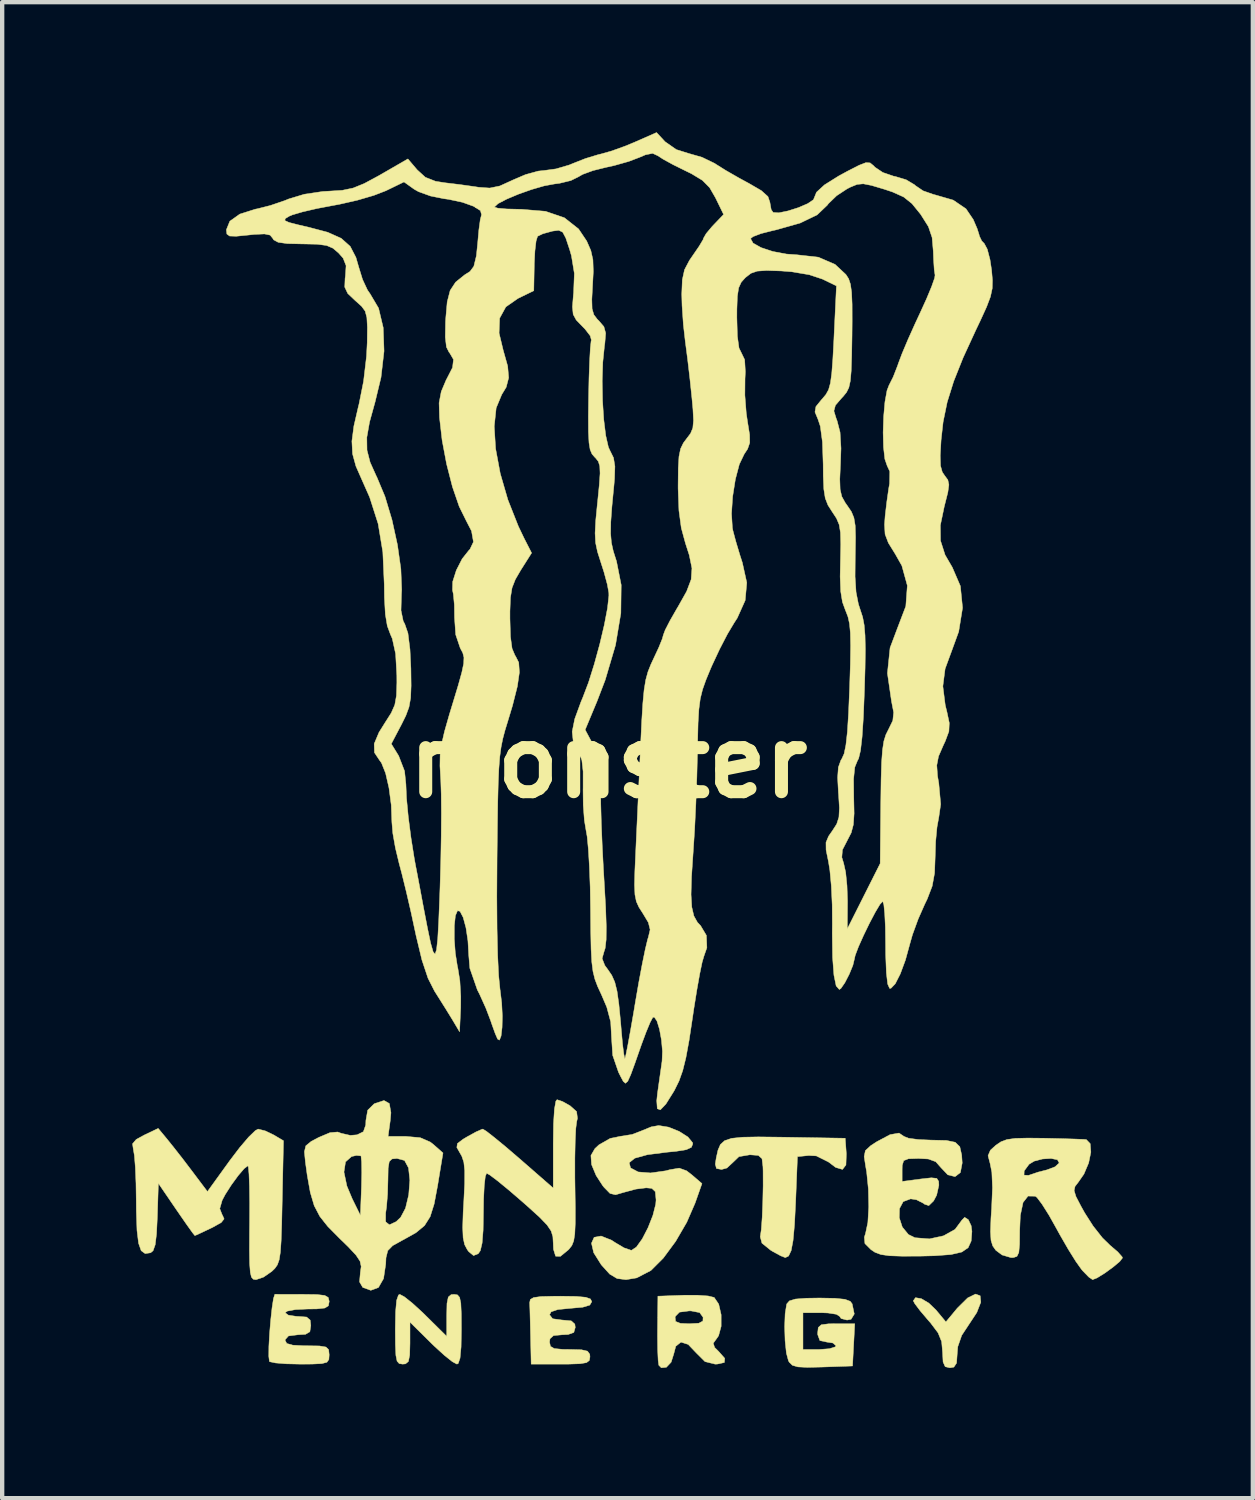
<source format=kicad_pcb>
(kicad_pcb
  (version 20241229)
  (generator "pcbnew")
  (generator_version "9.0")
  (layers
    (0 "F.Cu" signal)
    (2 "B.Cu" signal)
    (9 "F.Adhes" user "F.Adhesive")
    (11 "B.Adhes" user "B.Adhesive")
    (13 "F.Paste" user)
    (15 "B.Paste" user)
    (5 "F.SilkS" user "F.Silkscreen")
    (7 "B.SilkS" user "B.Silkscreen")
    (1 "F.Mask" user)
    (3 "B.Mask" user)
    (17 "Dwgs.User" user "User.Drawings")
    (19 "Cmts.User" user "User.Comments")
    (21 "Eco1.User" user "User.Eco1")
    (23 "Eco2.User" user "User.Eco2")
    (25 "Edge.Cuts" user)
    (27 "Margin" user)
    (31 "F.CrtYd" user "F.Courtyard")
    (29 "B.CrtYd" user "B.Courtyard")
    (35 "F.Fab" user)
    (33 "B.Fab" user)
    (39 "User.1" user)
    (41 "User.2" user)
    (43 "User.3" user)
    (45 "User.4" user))
  (footprint "monster"
    (layer "F.Cu")
    (at 10.973 14.511)
    (property "Reference" "monster" (at 0 0 0) (layer "F.SilkS") (effects (font (size 1.524 1.524) (thickness 0.3))))
    (attr through_hole)
    (fp_poly (pts (xy 8.572 12.309) (xy 8.587 12.457) (xy 8.494 12.696) (xy 8.347 12.919) (xy 8.147 13.222) (xy 8.056 13.484) (xy 8.043 13.644) (xy 8.028 13.86) (xy 7.966 13.954) (xy 7.874 13.97) (xy 7.766 13.944) (xy 7.717 13.836) (xy 7.705 13.607) (xy 7.684 13.367) (xy 7.602 13.165) (xy 7.428 12.934) (xy 7.368 12.866) (xy 7.189 12.655) (xy 7.066 12.492) (xy 7.03 12.425) (xy 7.081 12.353) (xy 7.215 12.376) (xy 7.388 12.478) (xy 7.553 12.636) (xy 7.782 12.912) (xy 8.046 12.594) (xy 8.284 12.359) (xy 8.465 12.27) (xy 8.572 12.309)) (stroke (width 0.01) (type solid)) (fill yes) (layer "F.SilkS"))
    (fp_poly (pts (xy -3.477 12.289) (xy -3.428 12.346) (xy -3.4 12.48) (xy -3.389 12.722) (xy -3.387 13.081) (xy -3.394 13.49) (xy -3.418 13.748) (xy -3.46 13.87) (xy -3.49 13.885) (xy -3.595 13.829) (xy -3.782 13.68) (xy -4.015 13.467) (xy -4.083 13.401) (xy -4.572 12.917) (xy -4.572 13.401) (xy -4.579 13.677) (xy -4.608 13.823) (xy -4.675 13.879) (xy -4.741 13.885) (xy -4.82 13.873) (xy -4.87 13.816) (xy -4.897 13.682) (xy -4.908 13.44) (xy -4.911 13.081) (xy -4.903 12.672) (xy -4.88 12.414) (xy -4.837 12.292) (xy -4.807 12.277) (xy -4.702 12.333) (xy -4.515 12.482) (xy -4.282 12.695) (xy -4.215 12.761) (xy -3.725 13.245) (xy -3.725 12.761) (xy -3.719 12.485) (xy -3.689 12.339) (xy -3.623 12.283) (xy -3.556 12.277) (xy -3.477 12.289)) (stroke (width 0.01) (type solid)) (fill yes) (layer "F.SilkS"))
    (fp_poly (pts (xy 3.963 8.653) (xy 4.097 8.655) (xy 5.461 8.678) (xy 5.487 9.038) (xy 5.478 9.294) (xy 5.399 9.397) (xy 5.242 9.351) (xy 5.075 9.225) (xy 4.795 9.085) (xy 4.618 9.076) (xy 4.36 9.102) (xy 4.318 10.16) (xy 4.292 10.672) (xy 4.259 11.035) (xy 4.215 11.268) (xy 4.156 11.393) (xy 4.08 11.43) (xy 3.976 11.389) (xy 3.792 11.289) (xy 3.741 11.258) (xy 3.542 11.097) (xy 3.502 10.948) (xy 3.504 10.941) (xy 3.527 10.782) (xy 3.547 10.502) (xy 3.561 10.152) (xy 3.569 9.779) (xy 3.568 9.434) (xy 3.565 9.335) (xy 3.543 9.149) (xy 3.459 9.074) (xy 3.263 9.059) (xy 3.011 9.102) (xy 2.879 9.229) (xy 2.734 9.364) (xy 2.611 9.398) (xy 2.493 9.375) (xy 2.466 9.274) (xy 2.488 9.131) (xy 2.528 8.952) (xy 2.584 8.822) (xy 2.681 8.734) (xy 2.842 8.68) (xy 3.093 8.654) (xy 3.458 8.647) (xy 3.963 8.653)) (stroke (width 0.01) (type solid)) (fill yes) (layer "F.SilkS"))
    (fp_poly (pts (xy 5.23 12.368) (xy 5.455 12.391) (xy 5.577 12.437) (xy 5.621 12.495) (xy 5.67 12.729) (xy 5.596 12.851) (xy 5.503 12.869) (xy 5.366 12.834) (xy 5.334 12.785) (xy 5.258 12.736) (xy 5.063 12.706) (xy 4.911 12.7) (xy 4.487 12.7) (xy 4.487 13.547) (xy 4.868 13.547) (xy 5.096 13.53) (xy 5.232 13.487) (xy 5.249 13.462) (xy 5.177 13.398) (xy 5.038 13.377) (xy 4.877 13.342) (xy 4.827 13.205) (xy 4.826 13.166) (xy 4.84 13.041) (xy 4.909 12.978) (xy 5.077 12.956) (xy 5.254 12.954) (xy 5.681 12.954) (xy 5.63 13.928) (xy 4.937 13.952) (xy 4.588 13.96) (xy 4.371 13.949) (xy 4.245 13.913) (xy 4.173 13.843) (xy 4.153 13.81) (xy 4.105 13.631) (xy 4.075 13.347) (xy 4.065 13.023) (xy 4.076 12.723) (xy 4.11 12.511) (xy 4.115 12.495) (xy 4.175 12.427) (xy 4.313 12.385) (xy 4.56 12.366) (xy 4.868 12.361) (xy 5.23 12.368)) (stroke (width 0.01) (type solid)) (fill yes) (layer "F.SilkS"))
    (fp_poly (pts (xy -0.741 12.324) (xy -0.521 12.344) (xy -0.411 12.383) (xy -0.381 12.446) (xy -0.428 12.525) (xy -0.588 12.573) (xy -0.868 12.598) (xy -1.164 12.627) (xy -1.318 12.679) (xy -1.355 12.747) (xy -1.284 12.839) (xy -1.065 12.869) (xy -1.058 12.869) (xy -0.854 12.888) (xy -0.772 12.962) (xy -0.762 13.039) (xy -0.795 13.155) (xy -0.925 13.202) (xy -1.058 13.208) (xy -1.263 13.227) (xy -1.345 13.301) (xy -1.355 13.377) (xy -1.334 13.475) (xy -1.247 13.526) (xy -1.052 13.545) (xy -0.889 13.547) (xy -0.62 13.554) (xy -0.48 13.586) (xy -0.428 13.657) (xy -0.423 13.716) (xy -0.437 13.8) (xy -0.503 13.851) (xy -0.653 13.876) (xy -0.922 13.885) (xy -1.101 13.885) (xy -1.778 13.885) (xy -1.792 13.25) (xy -1.8 12.92) (xy -1.807 12.644) (xy -1.813 12.476) (xy -1.813 12.467) (xy -1.798 12.395) (xy -1.721 12.35) (xy -1.552 12.327) (xy -1.258 12.32) (xy -1.101 12.319) (xy -0.741 12.324)) (stroke (width 0.01) (type solid)) (fill yes) (layer "F.SilkS"))
    (fp_poly (pts (xy 2.301 12.314) (xy 2.44 12.348) (xy 2.441 12.349) (xy 2.545 12.502) (xy 2.601 12.747) (xy 2.601 13.014) (xy 2.542 13.231) (xy 2.508 13.281) (xy 2.419 13.404) (xy 2.451 13.501) (xy 2.539 13.588) (xy 2.684 13.752) (xy 2.675 13.848) (xy 2.511 13.884) (xy 2.461 13.885) (xy 2.229 13.827) (xy 2.033 13.632) (xy 2.032 13.631) (xy 1.841 13.431) (xy 1.675 13.378) (xy 1.555 13.473) (xy 1.508 13.652) (xy 1.448 13.841) (xy 1.338 13.958) (xy 1.221 13.969) (xy 1.164 13.911) (xy 1.149 13.801) (xy 1.138 13.564) (xy 1.134 13.242) (xy 1.135 13.081) (xy 1.138 12.806) (xy 1.54 12.806) (xy 1.551 12.901) (xy 1.659 12.945) (xy 1.863 12.954) (xy 2.086 12.942) (xy 2.18 12.892) (xy 2.185 12.806) (xy 2.106 12.697) (xy 1.905 12.658) (xy 1.863 12.658) (xy 1.64 12.687) (xy 1.545 12.785) (xy 1.54 12.806) (xy 1.138 12.806) (xy 1.143 12.319) (xy 1.736 12.297) (xy 2.048 12.296) (xy 2.301 12.314)) (stroke (width 0.01) (type solid)) (fill yes) (layer "F.SilkS"))
    (fp_poly (pts (xy -7.573 12.276) (xy -7.341 12.276) (xy -7.039 12.277) (xy -7.027 12.277) (xy -6.716 12.281) (xy -6.537 12.302) (xy -6.456 12.349) (xy -6.435 12.433) (xy -6.435 12.446) (xy -6.453 12.541) (xy -6.535 12.592) (xy -6.718 12.612) (xy -6.943 12.615) (xy -7.213 12.628) (xy -7.397 12.662) (xy -7.451 12.7) (xy -7.376 12.756) (xy -7.193 12.784) (xy -7.154 12.785) (xy -6.954 12.8) (xy -6.872 12.872) (xy -6.858 12.996) (xy -6.88 13.139) (xy -6.98 13.198) (xy -7.154 13.208) (xy -7.374 13.236) (xy -7.45 13.323) (xy -7.451 13.335) (xy -7.412 13.409) (xy -7.273 13.448) (xy -7.004 13.462) (xy -6.943 13.462) (xy -6.661 13.466) (xy -6.509 13.491) (xy -6.447 13.552) (xy -6.435 13.666) (xy -6.435 13.674) (xy -6.442 13.779) (xy -6.487 13.842) (xy -6.604 13.873) (xy -6.829 13.884) (xy -7.107 13.885) (xy -7.426 13.878) (xy -7.672 13.858) (xy -7.803 13.83) (xy -7.813 13.822) (xy -7.827 13.705) (xy -7.825 13.478) (xy -7.809 13.186) (xy -7.783 12.874) (xy -7.752 12.589) (xy -7.719 12.374) (xy -7.688 12.277) (xy -7.684 12.275) (xy -7.573 12.276)) (stroke (width 0.01) (type solid)) (fill yes) (layer "F.SilkS"))
    (fp_poly (pts (xy 1.389 8.422) (xy 1.633 8.52) (xy 1.835 8.649) (xy 1.942 8.779) (xy 1.947 8.809) (xy 1.915 8.888) (xy 1.796 8.942) (xy 1.558 8.98) (xy 1.359 8.999) (xy 0.903 9.057) (xy 0.61 9.138) (xy 0.481 9.242) (xy 0.513 9.362) (xy 0.689 9.455) (xy 0.974 9.478) (xy 1.323 9.429) (xy 1.42 9.403) (xy 1.635 9.367) (xy 1.804 9.428) (xy 1.928 9.524) (xy 2.159 9.723) (xy 2 10.174) (xy 1.808 10.616) (xy 1.552 11.056) (xy 1.267 11.442) (xy 0.988 11.721) (xy 0.976 11.73) (xy 0.654 11.897) (xy 0.408 11.938) (xy 0.203 11.912) (xy 0.032 11.81) (xy -0.161 11.597) (xy -0.337 11.317) (xy -0.388 11.098) (xy -0.327 10.962) (xy -0.168 10.932) (xy 0.074 11.028) (xy 0.161 11.085) (xy 0.361 11.204) (xy 0.523 11.26) (xy 0.535 11.261) (xy 0.647 11.187) (xy 0.783 10.997) (xy 0.917 10.737) (xy 1.028 10.455) (xy 1.093 10.198) (xy 1.101 10.101) (xy 1.083 9.909) (xy 1.003 9.833) (xy 0.874 9.821) (xy 0.633 9.851) (xy 0.367 9.923) (xy 0.362 9.924) (xy 0.167 9.981) (xy 0.04 9.951) (xy -0.097 9.811) (xy -0.126 9.776) (xy -0.281 9.537) (xy -0.383 9.293) (xy -0.387 9.276) (xy -0.401 9.076) (xy -0.31 8.918) (xy -0.217 8.831) (xy 0.043 8.682) (xy 0.28 8.633) (xy 0.548 8.591) (xy 0.762 8.509) (xy 0.988 8.416) (xy 1.161 8.385) (xy 1.389 8.422)) (stroke (width 0.01) (type solid)) (fill yes) (layer "F.SilkS"))
    (fp_poly (pts (xy -1.054 7.832) (xy -0.88 7.93) (xy -0.731 8.063) (xy -0.711 8.218) (xy -0.728 8.29) (xy -0.749 8.45) (xy -0.763 8.743) (xy -0.771 9.134) (xy -0.771 9.585) (xy -0.768 9.792) (xy -0.761 10.287) (xy -0.762 10.642) (xy -0.773 10.885) (xy -0.798 11.044) (xy -0.84 11.15) (xy -0.902 11.23) (xy -0.924 11.253) (xy -1.105 11.401) (xy -1.215 11.397) (xy -1.264 11.238) (xy -1.27 11.098) (xy -1.278 10.947) (xy -1.318 10.817) (xy -1.411 10.679) (xy -1.579 10.504) (xy -1.845 10.262) (xy -2.002 10.124) (xy -2.297 9.87) (xy -2.549 9.663) (xy -2.729 9.527) (xy -2.806 9.483) (xy -2.836 9.561) (xy -2.86 9.774) (xy -2.875 10.086) (xy -2.879 10.361) (xy -2.886 10.8) (xy -2.909 11.094) (xy -2.95 11.269) (xy -2.998 11.339) (xy -3.107 11.383) (xy -3.217 11.293) (xy -3.252 11.245) (xy -3.313 11.129) (xy -3.347 10.971) (xy -3.357 10.734) (xy -3.346 10.382) (xy -3.332 10.145) (xy -3.311 9.72) (xy -3.31 9.427) (xy -3.331 9.229) (xy -3.378 9.09) (xy -3.414 9.028) (xy -3.492 8.89) (xy -3.478 8.799) (xy -3.348 8.7) (xy -3.252 8.643) (xy -3.05 8.532) (xy -2.912 8.471) (xy -2.892 8.467) (xy -2.808 8.519) (xy -2.624 8.663) (xy -2.366 8.875) (xy -2.063 9.135) (xy -2.05 9.146) (xy -1.27 9.826) (xy -1.27 8.808) (xy -1.263 8.339) (xy -1.242 8.007) (xy -1.209 7.823) (xy -1.182 7.789) (xy -1.054 7.832)) (stroke (width 0.01) (type solid)) (fill yes) (layer "F.SilkS"))
    (fp_poly (pts (xy 6.816 8.636) (xy 6.921 8.678) (xy 7.147 8.708) (xy 7.446 8.721) (xy 7.458 8.721) (xy 7.795 8.729) (xy 7.997 8.771) (xy 8.103 8.874) (xy 8.146 9.065) (xy 8.158 9.248) (xy 8.116 9.469) (xy 7.993 9.563) (xy 7.826 9.521) (xy 7.673 9.36) (xy 7.548 9.219) (xy 7.376 9.156) (xy 7.152 9.144) (xy 6.919 9.151) (xy 6.809 9.194) (xy 6.775 9.305) (xy 6.773 9.409) (xy 6.773 9.674) (xy 7.197 9.618) (xy 7.446 9.59) (xy 7.572 9.603) (xy 7.615 9.671) (xy 7.62 9.76) (xy 7.569 9.99) (xy 7.499 10.123) (xy 7.388 10.231) (xy 7.288 10.198) (xy 7.27 10.181) (xy 7.102 10.095) (xy 6.97 10.075) (xy 6.798 10.139) (xy 6.712 10.3) (xy 6.707 10.51) (xy 6.777 10.725) (xy 6.918 10.897) (xy 7.067 10.971) (xy 7.402 10.998) (xy 7.728 10.927) (xy 7.993 10.779) (xy 8.145 10.574) (xy 8.147 10.57) (xy 8.214 10.501) (xy 8.299 10.555) (xy 8.365 10.696) (xy 8.382 10.826) (xy 8.365 11.047) (xy 8.295 11.201) (xy 8.149 11.301) (xy 7.9 11.359) (xy 7.524 11.387) (xy 7.204 11.395) (xy 6.776 11.397) (xy 6.482 11.387) (xy 6.285 11.359) (xy 6.148 11.308) (xy 6.055 11.246) (xy 5.915 11.105) (xy 5.902 10.96) (xy 5.93 10.871) (xy 5.983 10.619) (xy 6.004 10.259) (xy 5.995 9.851) (xy 5.955 9.453) (xy 5.933 9.329) (xy 5.898 9.1) (xy 5.926 8.963) (xy 6.049 8.849) (xy 6.189 8.758) (xy 6.495 8.595) (xy 6.702 8.559) (xy 6.816 8.636)) (stroke (width 0.01) (type solid)) (fill yes) (layer "F.SilkS"))
    (fp_poly (pts (xy -10.176 8.692) (xy -10.021 8.885) (xy -9.811 9.153) (xy -9.608 9.42) (xy -9.241 9.907) (xy -8.721 9.187) (xy -8.494 8.889) (xy -8.291 8.651) (xy -8.137 8.502) (xy -8.072 8.467) (xy -7.909 8.508) (xy -7.715 8.601) (xy -7.488 8.735) (xy -7.518 10.146) (xy -7.529 10.666) (xy -7.542 11.043) (xy -7.56 11.306) (xy -7.588 11.482) (xy -7.629 11.597) (xy -7.687 11.679) (xy -7.758 11.748) (xy -7.949 11.88) (xy -8.121 11.938) (xy -8.125 11.938) (xy -8.185 11.928) (xy -8.227 11.88) (xy -8.253 11.77) (xy -8.268 11.574) (xy -8.273 11.266) (xy -8.271 10.823) (xy -8.269 10.626) (xy -8.267 10.176) (xy -8.272 9.793) (xy -8.283 9.505) (xy -8.298 9.34) (xy -8.308 9.313) (xy -8.395 9.378) (xy -8.534 9.541) (xy -8.691 9.756) (xy -8.831 9.975) (xy -8.901 10.107) (xy -8.957 10.301) (xy -8.902 10.442) (xy -8.896 10.449) (xy -8.857 10.537) (xy -8.923 10.621) (xy -9.119 10.731) (xy -9.154 10.748) (xy -9.369 10.85) (xy -9.507 10.913) (xy -9.532 10.922) (xy -9.584 10.857) (xy -9.708 10.684) (xy -9.881 10.435) (xy -9.96 10.32) (xy -10.372 9.717) (xy -10.396 10.493) (xy -10.415 10.883) (xy -10.445 11.132) (xy -10.493 11.269) (xy -10.55 11.318) (xy -10.677 11.337) (xy -10.769 11.27) (xy -10.829 11.098) (xy -10.865 10.802) (xy -10.88 10.364) (xy -10.882 10.134) (xy -10.888 9.718) (xy -10.903 9.351) (xy -10.925 9.075) (xy -10.95 8.929) (xy -10.968 8.806) (xy -10.883 8.706) (xy -10.697 8.604) (xy -10.376 8.451) (xy -10.176 8.692)) (stroke (width 0.01) (type solid)) (fill yes) (layer "F.SilkS"))
    (fp_poly (pts (xy 10.061 8.678) (xy 10.437 8.687) (xy 10.746 8.696) (xy 10.953 8.704) (xy 11.019 8.709) (xy 11.109 8.803) (xy 11.124 8.998) (xy 11.073 9.247) (xy 10.964 9.504) (xy 10.832 9.694) (xy 10.758 9.79) (xy 10.738 9.885) (xy 10.78 10.022) (xy 10.895 10.243) (xy 10.98 10.396) (xy 11.175 10.701) (xy 11.391 10.975) (xy 11.566 11.146) (xy 11.743 11.297) (xy 11.844 11.412) (xy 11.853 11.437) (xy 11.79 11.519) (xy 11.635 11.649) (xy 11.442 11.789) (xy 11.266 11.898) (xy 11.164 11.938) (xy 11.077 11.879) (xy 10.937 11.735) (xy 10.908 11.701) (xy 10.779 11.52) (xy 10.603 11.238) (xy 10.41 10.903) (xy 10.332 10.761) (xy 10.157 10.449) (xy 9.999 10.199) (xy 9.882 10.044) (xy 9.844 10.014) (xy 9.676 10.011) (xy 9.561 10.157) (xy 9.498 10.457) (xy 9.483 10.805) (xy 9.48 11.125) (xy 9.463 11.312) (xy 9.42 11.401) (xy 9.342 11.428) (xy 9.284 11.43) (xy 9.077 11.369) (xy 8.933 11.261) (xy 8.862 11.161) (xy 8.822 11.03) (xy 8.81 10.83) (xy 8.821 10.521) (xy 8.836 10.296) (xy 8.856 9.82) (xy 8.844 9.528) (xy 9.583 9.528) (xy 9.687 9.534) (xy 9.716 9.524) (xy 9.908 9.459) (xy 10.111 9.407) (xy 10.299 9.336) (xy 10.394 9.248) (xy 10.354 9.174) (xy 10.207 9.144) (xy 10.009 9.156) (xy 9.817 9.206) (xy 9.7 9.277) (xy 9.587 9.43) (xy 9.583 9.528) (xy 8.844 9.528) (xy 8.841 9.46) (xy 8.801 9.259) (xy 8.754 9.08) (xy 8.808 8.953) (xy 8.934 8.839) (xy 9.052 8.759) (xy 9.189 8.708) (xy 9.381 8.681) (xy 9.669 8.674) (xy 10.061 8.678)) (stroke (width 0.01) (type solid)) (fill yes) (layer "F.SilkS"))
    (fp_poly (pts (xy -5.048 7.877) (xy -5.011 8.089) (xy -5.026 8.266) (xy -5.077 8.636) (xy -4.66 8.636) (xy -4.336 8.665) (xy -4.105 8.765) (xy -4.027 8.826) (xy -3.811 9.017) (xy -3.936 9.775) (xy -4.015 10.194) (xy -4.107 10.486) (xy -4.237 10.692) (xy -4.434 10.855) (xy -4.724 11.018) (xy -4.743 11.027) (xy -4.97 11.153) (xy -5.084 11.269) (xy -5.125 11.434) (xy -5.131 11.576) (xy -5.181 11.913) (xy -5.299 12.119) (xy -5.475 12.184) (xy -5.661 12.117) (xy -5.735 11.989) (xy -5.716 11.773) (xy -5.697 11.635) (xy -5.723 11.513) (xy -5.815 11.374) (xy -5.995 11.181) (xy -6.202 10.98) (xy -6.465 10.714) (xy -6.552 10.605) (xy -5.134 10.605) (xy -5.046 10.673) (xy -4.891 10.601) (xy -4.787 10.502) (xy -4.675 10.291) (xy -4.601 9.982) (xy -4.575 9.646) (xy -4.606 9.361) (xy -4.698 9.19) (xy -4.87 9.144) (xy -4.987 9.155) (xy -5.05 9.216) (xy -5.075 9.366) (xy -5.08 9.641) (xy -5.089 9.967) (xy -5.113 10.266) (xy -5.133 10.403) (xy -5.134 10.605) (xy -6.552 10.605) (xy -6.651 10.479) (xy -6.78 10.232) (xy -6.87 9.928) (xy -6.942 9.524) (xy -6.951 9.457) (xy -6.094 9.457) (xy -6.027 9.778) (xy -5.905 10.07) (xy -5.715 10.456) (xy -5.69 9.79) (xy -5.683 9.472) (xy -5.687 9.225) (xy -5.7 9.093) (xy -5.705 9.084) (xy -5.807 9.074) (xy -5.92 9.1) (xy -6.058 9.223) (xy -6.094 9.457) (xy -6.951 9.457) (xy -6.983 9.225) (xy -7.006 8.989) (xy -6.973 8.852) (xy -6.849 8.75) (xy -6.676 8.659) (xy -6.416 8.549) (xy -6.239 8.534) (xy -6.157 8.564) (xy -5.948 8.612) (xy -5.792 8.599) (xy -5.646 8.527) (xy -5.592 8.372) (xy -5.588 8.268) (xy -5.547 8.032) (xy -5.402 7.888) (xy -5.384 7.878) (xy -5.171 7.808) (xy -5.048 7.877)) (stroke (width 0.01) (type solid)) (fill yes) (layer "F.SilkS"))
    (fp_poly (pts (xy 1.31 -14.293) (xy 1.568 -14.113) (xy 1.852 -14.024) (xy 2.159 -13.936) (xy 2.453 -13.794) (xy 2.479 -13.776) (xy 2.714 -13.629) (xy 3.021 -13.453) (xy 3.244 -13.332) (xy 3.529 -13.166) (xy 3.68 -13.03) (xy 3.725 -12.897) (xy 3.725 -12.895) (xy 3.755 -12.728) (xy 3.8 -12.664) (xy 3.929 -12.655) (xy 4.143 -12.699) (xy 4.385 -12.776) (xy 4.598 -12.868) (xy 4.726 -12.955) (xy 4.741 -12.986) (xy 4.799 -13.13) (xy 4.983 -13.299) (xy 5.307 -13.502) (xy 5.518 -13.617) (xy 5.78 -13.751) (xy 5.938 -13.812) (xy 6.035 -13.806) (xy 6.117 -13.739) (xy 6.146 -13.707) (xy 6.328 -13.585) (xy 6.579 -13.499) (xy 6.614 -13.493) (xy 6.865 -13.418) (xy 7.059 -13.302) (xy 7.077 -13.284) (xy 7.257 -13.162) (xy 7.503 -13.076) (xy 7.526 -13.071) (xy 7.951 -12.948) (xy 8.245 -12.748) (xy 8.413 -12.5) (xy 8.503 -12.29) (xy 8.55 -12.142) (xy 8.551 -12.126) (xy 8.609 -12.006) (xy 8.666 -11.948) (xy 8.736 -11.817) (xy 8.799 -11.575) (xy 8.835 -11.337) (xy 8.855 -11.103) (xy 8.85 -10.912) (xy 8.809 -10.721) (xy 8.72 -10.486) (xy 8.573 -10.164) (xy 8.476 -9.961) (xy 8.179 -9.316) (xy 7.962 -8.772) (xy 7.812 -8.292) (xy 7.718 -7.834) (xy 7.671 -7.415) (xy 7.651 -7.057) (xy 7.658 -6.825) (xy 7.699 -6.678) (xy 7.757 -6.593) (xy 7.827 -6.498) (xy 7.851 -6.386) (xy 7.827 -6.212) (xy 7.755 -5.926) (xy 7.746 -5.892) (xy 7.654 -5.451) (xy 7.658 -5.097) (xy 7.763 -4.769) (xy 7.93 -4.482) (xy 8.116 -4.051) (xy 8.166 -3.549) (xy 8.077 -3) (xy 7.929 -2.593) (xy 7.764 -2.145) (xy 7.712 -1.742) (xy 7.767 -1.307) (xy 7.807 -1.145) (xy 7.86 -0.895) (xy 7.851 -0.701) (xy 7.768 -0.477) (xy 7.72 -0.375) (xy 7.612 -0.126) (xy 7.572 0.08) (xy 7.589 0.327) (xy 7.618 0.495) (xy 7.662 0.977) (xy 7.62 1.27) (xy 7.577 1.507) (xy 7.546 1.839) (xy 7.535 2.182) (xy 7.521 2.566) (xy 7.466 2.866) (xy 7.352 3.163) (xy 7.294 3.283) (xy 7.143 3.625) (xy 7.011 3.987) (xy 6.953 4.191) (xy 6.849 4.57) (xy 6.731 4.889) (xy 6.615 5.117) (xy 6.514 5.222) (xy 6.484 5.223) (xy 6.44 5.123) (xy 6.41 4.865) (xy 6.394 4.458) (xy 6.392 4.204) (xy 6.387 3.818) (xy 6.372 3.503) (xy 6.351 3.292) (xy 6.326 3.217) (xy 6.261 3.288) (xy 6.152 3.471) (xy 6.019 3.724) (xy 5.884 4.002) (xy 5.767 4.263) (xy 5.691 4.464) (xy 5.673 4.546) (xy 5.638 4.692) (xy 5.555 4.895) (xy 5.453 5.093) (xy 5.361 5.226) (xy 5.325 5.249) (xy 5.252 5.166) (xy 5.201 4.919) (xy 5.17 4.512) (xy 5.162 3.951) (xy 5.164 3.743) (xy 5.161 3.297) (xy 5.141 2.864) (xy 5.107 2.5) (xy 5.075 2.302) (xy 5.02 2.033) (xy 5.018 1.859) (xy 5.078 1.715) (xy 5.164 1.592) (xy 5.265 1.435) (xy 5.316 1.277) (xy 5.327 1.063) (xy 5.307 0.737) (xy 5.305 0.723) (xy 5.286 0.364) (xy 5.303 0.127) (xy 5.361 -0.035) (xy 5.383 -0.069) (xy 5.436 -0.186) (xy 5.477 -0.386) (xy 5.511 -0.689) (xy 5.538 -1.118) (xy 5.562 -1.693) (xy 5.563 -1.717) (xy 5.58 -2.266) (xy 5.586 -2.674) (xy 5.58 -2.97) (xy 5.56 -3.183) (xy 5.525 -3.342) (xy 5.474 -3.475) (xy 5.469 -3.485) (xy 5.397 -3.683) (xy 5.357 -3.93) (xy 5.344 -4.268) (xy 5.351 -4.625) (xy 5.359 -5.016) (xy 5.352 -5.282) (xy 5.322 -5.466) (xy 5.261 -5.611) (xy 5.165 -5.757) (xy 5.064 -5.915) (xy 5.001 -6.076) (xy 4.968 -6.285) (xy 4.955 -6.588) (xy 4.953 -6.858) (xy 4.936 -7.372) (xy 4.887 -7.736) (xy 4.833 -7.897) (xy 4.764 -8.063) (xy 4.786 -8.189) (xy 4.915 -8.348) (xy 4.929 -8.362) (xy 5.015 -8.465) (xy 5.077 -8.576) (xy 5.12 -8.73) (xy 5.151 -8.956) (xy 5.176 -9.286) (xy 5.201 -9.752) (xy 5.202 -9.782) (xy 5.259 -10.971) (xy 4.937 -11.127) (xy 4.633 -11.228) (xy 4.226 -11.296) (xy 3.986 -11.315) (xy 3.65 -11.326) (xy 3.433 -11.311) (xy 3.288 -11.261) (xy 3.165 -11.166) (xy 3.16 -11.162) (xy 3.064 -11.055) (xy 3.005 -10.926) (xy 2.975 -10.734) (xy 2.964 -10.436) (xy 2.963 -10.24) (xy 2.975 -9.811) (xy 3.013 -9.537) (xy 3.075 -9.411) (xy 3.143 -9.269) (xy 3.159 -8.99) (xy 3.151 -8.829) (xy 3.148 -8.452) (xy 3.18 -8.036) (xy 3.21 -7.832) (xy 3.257 -7.54) (xy 3.26 -7.353) (xy 3.211 -7.211) (xy 3.132 -7.092) (xy 3.02 -6.858) (xy 2.929 -6.512) (xy 2.866 -6.114) (xy 2.84 -5.721) (xy 2.86 -5.393) (xy 2.872 -5.332) (xy 2.94 -5.077) (xy 3.036 -4.757) (xy 3.09 -4.59) (xy 3.192 -4.129) (xy 3.155 -3.721) (xy 2.973 -3.315) (xy 2.898 -3.199) (xy 2.746 -2.944) (xy 2.567 -2.599) (xy 2.394 -2.229) (xy 2.363 -2.159) (xy 2.252 -1.891) (xy 2.173 -1.669) (xy 2.12 -1.456) (xy 2.088 -1.211) (xy 2.069 -0.895) (xy 2.059 -0.467) (xy 2.055 -0.212) (xy 2.041 0.355) (xy 2.018 0.975) (xy 1.989 1.576) (xy 1.956 2.085) (xy 1.954 2.112) (xy 1.918 2.656) (xy 1.907 3.059) (xy 1.924 3.348) (xy 1.972 3.553) (xy 2.053 3.699) (xy 2.126 3.776) (xy 2.261 4.002) (xy 2.272 4.286) (xy 2.204 4.481) (xy 2.164 4.616) (xy 2.108 4.885) (xy 2.042 5.254) (xy 1.972 5.69) (xy 1.942 5.894) (xy 1.862 6.423) (xy 1.789 6.82) (xy 1.715 7.119) (xy 1.63 7.358) (xy 1.525 7.571) (xy 1.509 7.599) (xy 1.327 7.89) (xy 1.2 8.023) (xy 1.129 7.997) (xy 1.116 7.813) (xy 1.134 7.641) (xy 1.181 7.309) (xy 1.228 6.978) (xy 1.239 6.899) (xy 1.248 6.672) (xy 1.225 6.413) (xy 1.18 6.166) (xy 1.121 5.975) (xy 1.058 5.884) (xy 1.024 5.895) (xy 0.964 6.008) (xy 0.871 6.232) (xy 0.764 6.519) (xy 0.618 6.937) (xy 0.517 7.213) (xy 0.448 7.365) (xy 0.395 7.411) (xy 0.345 7.368) (xy 0.283 7.252) (xy 0.235 7.156) (xy 0.101 6.767) (xy 0.074 6.352) (xy 0.055 5.995) (xy -0.035 5.657) (xy -0.156 5.373) (xy -0.245 5.181) (xy -0.309 5.012) (xy -0.353 4.834) (xy -0.381 4.614) (xy -0.397 4.321) (xy -0.405 3.922) (xy -0.41 3.399) (xy -0.418 2.891) (xy -0.436 2.418) (xy -0.46 2.017) (xy -0.488 1.723) (xy -0.51 1.6) (xy -0.552 1.347) (xy -0.578 0.998) (xy -0.582 0.626) (xy -0.581 0.606) (xy -0.581 0.222) (xy -0.61 -0.037) (xy -0.677 -0.215) (xy -0.704 -0.257) (xy -0.808 -0.462) (xy -0.833 -0.694) (xy -0.774 -0.988) (xy -0.63 -1.382) (xy -0.588 -1.482) (xy -0.456 -1.829) (xy -0.323 -2.253) (xy -0.198 -2.709) (xy -0.093 -3.153) (xy -0.019 -3.54) (xy 0.013 -3.827) (xy 0.012 -3.895) (xy -0.023 -4.089) (xy -0.099 -4.371) (xy -0.173 -4.601) (xy -0.249 -4.84) (xy -0.293 -5.047) (xy -0.305 -5.271) (xy -0.29 -5.563) (xy -0.25 -5.97) (xy -0.248 -5.984) (xy -0.208 -6.383) (xy -0.19 -6.65) (xy -0.197 -6.818) (xy -0.231 -6.925) (xy -0.294 -7.004) (xy -0.313 -7.022) (xy -0.376 -7.095) (xy -0.419 -7.196) (xy -0.445 -7.354) (xy -0.458 -7.598) (xy -0.46 -7.956) (xy -0.454 -8.41) (xy -0.445 -8.853) (xy -0.431 -9.237) (xy -0.415 -9.529) (xy -0.397 -9.696) (xy -0.39 -9.722) (xy -0.417 -9.82) (xy -0.539 -9.978) (xy -0.6 -10.04) (xy -0.74 -10.185) (xy -0.81 -10.314) (xy -0.827 -10.488) (xy -0.805 -10.763) (xy -0.8 -10.811) (xy -0.783 -11.258) (xy -0.85 -11.665) (xy -0.892 -11.81) (xy -0.98 -12.074) (xy -1.052 -12.21) (xy -1.143 -12.252) (xy -1.284 -12.234) (xy -1.304 -12.229) (xy -1.508 -12.173) (xy -1.631 -12.114) (xy -1.631 -12.114) (xy -1.665 -12.005) (xy -1.692 -11.775) (xy -1.707 -11.473) (xy -1.707 -11.456) (xy -1.718 -10.859) (xy -2.082 -10.682) (xy -2.362 -10.487) (xy -2.505 -10.226) (xy -2.518 -9.882) (xy -2.423 -9.487) (xy -2.32 -9.121) (xy -2.297 -8.854) (xy -2.354 -8.635) (xy -2.457 -8.465) (xy -2.585 -8.157) (xy -2.63 -7.732) (xy -2.598 -7.218) (xy -2.491 -6.645) (xy -2.315 -6.039) (xy -2.074 -5.43) (xy -1.942 -5.154) (xy -1.768 -4.814) (xy -2.019 -4.418) (xy -2.144 -4.203) (xy -2.219 -4.011) (xy -2.256 -3.786) (xy -2.268 -3.47) (xy -2.268 -3.302) (xy -2.256 -2.887) (xy -2.219 -2.613) (xy -2.152 -2.453) (xy -2.14 -2.438) (xy -2.065 -2.289) (xy -2.05 -2.062) (xy -2.097 -1.738) (xy -2.209 -1.294) (xy -2.317 -0.936) (xy -2.382 -0.724) (xy -2.433 -0.532) (xy -2.472 -0.337) (xy -2.502 -0.116) (xy -2.523 0.156) (xy -2.538 0.502) (xy -2.549 0.946) (xy -2.557 1.512) (xy -2.565 2.222) (xy -2.565 2.239) (xy -2.57 3.101) (xy -2.565 3.845) (xy -2.551 4.458) (xy -2.528 4.927) (xy -2.497 5.242) (xy -2.493 5.269) (xy -2.458 5.56) (xy -2.443 5.856) (xy -2.449 6.122) (xy -2.472 6.321) (xy -2.51 6.416) (xy -2.552 6.392) (xy -2.608 6.263) (xy -2.687 6.044) (xy -2.712 5.969) (xy -2.823 5.678) (xy -2.969 5.355) (xy -3.019 5.258) (xy -3.192 4.76) (xy -3.218 4.454) (xy -3.236 4.129) (xy -3.281 3.827) (xy -3.346 3.587) (xy -3.419 3.447) (xy -3.476 3.432) (xy -3.525 3.546) (xy -3.55 3.779) (xy -3.551 4.082) (xy -3.527 4.409) (xy -3.48 4.709) (xy -3.467 4.767) (xy -3.422 5.049) (xy -3.401 5.409) (xy -3.403 5.673) (xy -3.429 6.223) (xy -3.598 5.939) (xy -3.751 5.691) (xy -3.935 5.398) (xy -4.005 5.288) (xy -4.156 4.99) (xy -4.296 4.571) (xy -4.431 4.01) (xy -4.447 3.936) (xy -4.547 3.471) (xy -4.657 2.995) (xy -4.761 2.572) (xy -4.823 2.34) (xy -4.908 1.986) (xy -4.968 1.646) (xy -4.989 1.394) (xy -5.004 0.996) (xy -5.056 0.603) (xy -5.134 0.263) (xy -5.229 0.025) (xy -5.274 -0.036) (xy -5.391 -0.212) (xy -5.397 -0.415) (xy -5.286 -0.679) (xy -5.144 -0.906) (xy -5.004 -1.126) (xy -4.922 -1.312) (xy -4.884 -1.525) (xy -4.874 -1.822) (xy -4.875 -1.99) (xy -4.903 -2.489) (xy -4.98 -2.84) (xy -5.023 -2.938) (xy -5.095 -3.132) (xy -5.14 -3.402) (xy -5.161 -3.782) (xy -5.165 -4.084) (xy -5.198 -4.835) (xy -5.306 -5.487) (xy -5.502 -6.099) (xy -5.674 -6.487) (xy -5.818 -6.814) (xy -5.896 -7.098) (xy -5.911 -7.391) (xy -5.865 -7.741) (xy -5.76 -8.196) (xy -5.748 -8.241) (xy -5.642 -8.772) (xy -5.574 -9.349) (xy -5.558 -9.66) (xy -5.554 -10.013) (xy -5.566 -10.241) (xy -5.605 -10.388) (xy -5.685 -10.498) (xy -5.817 -10.617) (xy -5.829 -10.627) (xy -6.007 -10.796) (xy -6.076 -10.943) (xy -6.068 -11.145) (xy -6.061 -11.193) (xy -6.045 -11.437) (xy -6.113 -11.61) (xy -6.218 -11.729) (xy -6.347 -11.839) (xy -6.494 -11.902) (xy -6.709 -11.931) (xy -7.041 -11.938) (xy -7.057 -11.938) (xy -7.401 -11.946) (xy -7.609 -11.975) (xy -7.714 -12.031) (xy -7.737 -12.069) (xy -7.796 -12.141) (xy -7.925 -12.168) (xy -8.166 -12.157) (xy -8.296 -12.143) (xy -8.578 -12.115) (xy -8.73 -12.12) (xy -8.793 -12.166) (xy -8.805 -12.263) (xy -8.805 -12.264) (xy -8.725 -12.462) (xy -8.702 -12.478) (xy -7.458 -12.478) (xy -7.361 -12.433) (xy -7.134 -12.375) (xy -6.92 -12.326) (xy -6.47 -12.207) (xy -6.157 -12.067) (xy -5.95 -11.882) (xy -5.818 -11.627) (xy -5.755 -11.409) (xy -5.666 -11.12) (xy -5.552 -10.875) (xy -5.491 -10.787) (xy -5.296 -10.457) (xy -5.189 -10.008) (xy -5.17 -9.467) (xy -5.24 -8.861) (xy -5.376 -8.297) (xy -5.504 -7.833) (xy -5.567 -7.478) (xy -5.563 -7.184) (xy -5.491 -6.904) (xy -5.35 -6.59) (xy -5.331 -6.552) (xy -5.148 -6.114) (xy -4.987 -5.578) (xy -4.861 -5.002) (xy -4.782 -4.445) (xy -4.763 -3.966) (xy -4.769 -3.86) (xy -4.779 -3.49) (xy -4.728 -3.244) (xy -4.692 -3.176) (xy -4.619 -2.964) (xy -4.572 -2.59) (xy -4.551 -2.152) (xy -4.546 -1.753) (xy -4.557 -1.473) (xy -4.595 -1.26) (xy -4.667 -1.065) (xy -4.767 -0.863) (xy -5.003 -0.414) (xy -4.833 -0.138) (xy -4.697 0.214) (xy -4.666 0.513) (xy -4.652 0.838) (xy -4.611 1.269) (xy -4.549 1.75) (xy -4.474 2.221) (xy -4.447 2.371) (xy -4.403 2.598) (xy -4.341 2.927) (xy -4.273 3.291) (xy -4.263 3.344) (xy -4.169 3.833) (xy -4.096 4.18) (xy -4.038 4.381) (xy -3.994 4.434) (xy -3.96 4.334) (xy -3.932 4.077) (xy -3.909 3.66) (xy -3.886 3.078) (xy -3.879 2.879) (xy -3.862 2.29) (xy -3.852 1.713) (xy -3.848 1.185) (xy -3.852 0.745) (xy -3.862 0.429) (xy -3.865 0.391) (xy -3.881 0.097) (xy -3.877 -0.153) (xy -3.844 -0.403) (xy -3.776 -0.699) (xy -3.665 -1.088) (xy -3.592 -1.327) (xy -3.461 -1.759) (xy -3.377 -2.061) (xy -3.334 -2.265) (xy -3.328 -2.405) (xy -3.355 -2.511) (xy -3.411 -2.617) (xy -3.413 -2.62) (xy -3.518 -2.931) (xy -3.545 -3.32) (xy -3.549 -3.615) (xy -3.572 -3.865) (xy -3.592 -3.959) (xy -3.587 -4.153) (xy -3.504 -4.415) (xy -3.369 -4.679) (xy -3.209 -4.881) (xy -3.19 -4.898) (xy -3.109 -5.069) (xy -3.153 -5.319) (xy -3.272 -5.55) (xy -3.437 -5.884) (xy -3.593 -6.338) (xy -3.728 -6.864) (xy -3.831 -7.411) (xy -3.891 -7.932) (xy -3.901 -8.274) (xy -3.851 -8.535) (xy -3.738 -8.803) (xy -3.726 -8.824) (xy -3.591 -9.088) (xy -3.569 -9.274) (xy -3.658 -9.427) (xy -3.671 -9.44) (xy -3.732 -9.562) (xy -3.758 -9.788) (xy -3.752 -10.147) (xy -3.748 -10.217) (xy -3.714 -10.601) (xy -3.646 -10.865) (xy -3.52 -11.057) (xy -3.31 -11.226) (xy -3.188 -11.303) (xy -3.1 -11.422) (xy -3.041 -11.665) (xy -3.011 -11.961) (xy -2.984 -12.262) (xy -2.952 -12.497) (xy -2.922 -12.613) (xy -2.948 -12.706) (xy -3.076 -12.787) (xy -2.625 -12.787) (xy -2.547 -12.762) (xy -2.342 -12.744) (xy -2.052 -12.737) (xy -2.011 -12.737) (xy -1.449 -12.69) (xy -1.012 -12.541) (xy -0.686 -12.284) (xy -0.498 -12.004) (xy -0.403 -11.787) (xy -0.355 -11.573) (xy -0.346 -11.302) (xy -0.362 -10.996) (xy -0.38 -10.659) (xy -0.374 -10.444) (xy -0.334 -10.307) (xy -0.254 -10.201) (xy -0.216 -10.164) (xy -0.102 -10.031) (xy -0.061 -9.881) (xy -0.08 -9.646) (xy -0.089 -9.586) (xy -0.127 -9.213) (xy -0.141 -8.779) (xy -0.133 -8.324) (xy -0.105 -7.89) (xy -0.059 -7.519) (xy 0.002 -7.253) (xy 0.041 -7.168) (xy 0.12 -7.008) (xy 0.152 -6.81) (xy 0.143 -6.522) (xy 0.13 -6.373) (xy 0.083 -5.885) (xy 0.057 -5.527) (xy 0.053 -5.262) (xy 0.071 -5.052) (xy 0.114 -4.858) (xy 0.182 -4.643) (xy 0.188 -4.627) (xy 0.297 -4.077) (xy 0.289 -3.426) (xy 0.166 -2.69) (xy -0.071 -1.888) (xy -0.26 -1.395) (xy -0.534 -0.738) (xy -0.348 -0.39) (xy -0.248 -0.165) (xy -0.193 0.077) (xy -0.174 0.394) (xy -0.175 0.635) (xy -0.174 0.958) (xy -0.162 1.402) (xy -0.141 1.92) (xy -0.113 2.464) (xy -0.096 2.752) (xy -0.062 3.346) (xy -0.047 3.79) (xy -0.05 4.101) (xy -0.073 4.299) (xy -0.098 4.375) (xy -0.143 4.534) (xy -0.081 4.694) (xy -0.013 4.786) (xy 0.08 4.922) (xy 0.149 5.078) (xy 0.201 5.287) (xy 0.243 5.585) (xy 0.284 6.004) (xy 0.301 6.208) (xy 0.329 6.514) (xy 0.357 6.737) (xy 0.379 6.84) (xy 0.383 6.842) (xy 0.406 6.753) (xy 0.451 6.526) (xy 0.512 6.192) (xy 0.584 5.779) (xy 0.623 5.544) (xy 0.703 5.082) (xy 0.782 4.662) (xy 0.852 4.321) (xy 0.906 4.096) (xy 0.923 4.043) (xy 0.964 3.87) (xy 0.923 3.705) (xy 0.796 3.493) (xy 0.705 3.351) (xy 0.646 3.22) (xy 0.614 3.063) (xy 0.604 2.841) (xy 0.612 2.518) (xy 0.628 2.159) (xy 0.648 1.716) (xy 0.674 1.16) (xy 0.702 0.547) (xy 0.73 -0.064) (xy 0.744 -0.381) (xy 0.77 -0.934) (xy 0.796 -1.349) (xy 0.825 -1.657) (xy 0.863 -1.889) (xy 0.914 -2.075) (xy 0.982 -2.246) (xy 1.04 -2.371) (xy 1.162 -2.632) (xy 1.245 -2.837) (xy 1.269 -2.926) (xy 1.311 -3.038) (xy 1.42 -3.25) (xy 1.576 -3.523) (xy 1.609 -3.578) (xy 1.806 -3.929) (xy 1.91 -4.204) (xy 1.928 -4.462) (xy 1.866 -4.765) (xy 1.778 -5.038) (xy 1.682 -5.391) (xy 1.628 -5.792) (xy 1.609 -6.297) (xy 1.609 -6.372) (xy 1.613 -6.769) (xy 1.629 -7.037) (xy 1.666 -7.216) (xy 1.73 -7.349) (xy 1.802 -7.445) (xy 1.896 -7.569) (xy 1.948 -7.694) (xy 1.964 -7.866) (xy 1.951 -8.129) (xy 1.927 -8.388) (xy 1.882 -8.817) (xy 1.829 -9.27) (xy 1.779 -9.655) (xy 1.776 -9.675) (xy 1.73 -10.079) (xy 1.7 -10.516) (xy 1.693 -10.784) (xy 1.706 -11.111) (xy 1.757 -11.344) (xy 1.869 -11.557) (xy 1.947 -11.671) (xy 2.092 -11.882) (xy 2.184 -12.036) (xy 2.194 -12.061) (xy 3.279 -12.061) (xy 3.337 -11.957) (xy 3.522 -11.853) (xy 3.791 -11.764) (xy 4.104 -11.705) (xy 4.343 -11.688) (xy 4.843 -11.632) (xy 5.227 -11.466) (xy 5.477 -11.233) (xy 5.54 -11.135) (xy 5.582 -11.009) (xy 5.608 -10.824) (xy 5.62 -10.55) (xy 5.621 -10.156) (xy 5.618 -9.825) (xy 5.61 -9.349) (xy 5.599 -9.011) (xy 5.579 -8.781) (xy 5.545 -8.626) (xy 5.491 -8.517) (xy 5.414 -8.422) (xy 5.377 -8.383) (xy 5.235 -8.218) (xy 5.2 -8.087) (xy 5.255 -7.908) (xy 5.273 -7.863) (xy 5.342 -7.598) (xy 5.364 -7.227) (xy 5.352 -6.872) (xy 5.336 -6.516) (xy 5.344 -6.28) (xy 5.382 -6.115) (xy 5.461 -5.972) (xy 5.513 -5.899) (xy 5.604 -5.765) (xy 5.661 -5.627) (xy 5.691 -5.447) (xy 5.699 -5.182) (xy 5.693 -4.792) (xy 5.692 -4.75) (xy 5.688 -4.269) (xy 5.711 -3.912) (xy 5.765 -3.636) (xy 5.81 -3.498) (xy 5.863 -3.336) (xy 5.898 -3.152) (xy 5.918 -2.915) (xy 5.925 -2.595) (xy 5.919 -2.164) (xy 5.904 -1.644) (xy 5.88 -1.031) (xy 5.85 -0.574) (xy 5.814 -0.26) (xy 5.77 -0.075) (xy 5.743 -0.026) (xy 5.682 0.124) (xy 5.654 0.396) (xy 5.658 0.812) (xy 5.658 0.818) (xy 5.666 1.192) (xy 5.649 1.448) (xy 5.599 1.637) (xy 5.509 1.811) (xy 5.509 1.812) (xy 5.397 2.029) (xy 5.383 2.202) (xy 5.425 2.34) (xy 5.471 2.545) (xy 5.502 2.854) (xy 5.514 3.202) (xy 5.514 3.217) (xy 5.509 3.852) (xy 6.267 2.345) (xy 6.281 0.94) (xy 6.288 0.405) (xy 6.3 0.01) (xy 6.321 -0.274) (xy 6.352 -0.476) (xy 6.398 -0.624) (xy 6.458 -0.744) (xy 6.558 -0.949) (xy 6.578 -1.138) (xy 6.528 -1.396) (xy 6.434 -2.042) (xy 6.495 -2.628) (xy 6.662 -3.072) (xy 6.858 -3.586) (xy 6.893 -4.063) (xy 6.767 -4.52) (xy 6.615 -4.789) (xy 6.456 -5.046) (xy 6.38 -5.246) (xy 6.367 -5.469) (xy 6.382 -5.673) (xy 6.42 -5.995) (xy 6.463 -6.295) (xy 6.484 -6.414) (xy 6.489 -6.692) (xy 6.428 -6.824) (xy 6.375 -6.978) (xy 6.344 -7.25) (xy 6.335 -7.593) (xy 6.347 -7.958) (xy 6.377 -8.297) (xy 6.425 -8.561) (xy 6.47 -8.678) (xy 6.566 -8.869) (xy 6.667 -9.127) (xy 6.687 -9.186) (xy 6.771 -9.409) (xy 6.907 -9.732) (xy 7.074 -10.104) (xy 7.179 -10.329) (xy 7.334 -10.669) (xy 7.453 -10.955) (xy 7.522 -11.152) (xy 7.532 -11.218) (xy 7.513 -11.345) (xy 7.498 -11.581) (xy 7.491 -11.769) (xy 7.464 -12.086) (xy 7.379 -12.337) (xy 7.205 -12.613) (xy 7.19 -12.633) (xy 7 -12.867) (xy 6.809 -13.02) (xy 6.551 -13.136) (xy 6.359 -13.2) (xy 6.066 -13.287) (xy 5.877 -13.324) (xy 5.734 -13.31) (xy 5.58 -13.247) (xy 5.504 -13.208) (xy 5.264 -13.05) (xy 5.073 -12.866) (xy 5.049 -12.832) (xy 4.814 -12.608) (xy 4.422 -12.419) (xy 3.87 -12.263) (xy 3.785 -12.244) (xy 3.521 -12.177) (xy 3.337 -12.107) (xy 3.279 -12.061) (xy 2.194 -12.061) (xy 2.201 -12.081) (xy 2.255 -12.175) (xy 2.387 -12.333) (xy 2.43 -12.379) (xy 2.658 -12.617) (xy 2.471 -13.001) (xy 2.336 -13.235) (xy 2.169 -13.404) (xy 1.918 -13.556) (xy 1.777 -13.625) (xy 1.494 -13.765) (xy 1.263 -13.892) (xy 1.143 -13.97) (xy 1.022 -14.026) (xy 0.857 -13.993) (xy 0.724 -13.936) (xy 0.472 -13.84) (xy 0.143 -13.747) (xy -0.059 -13.702) (xy -0.353 -13.629) (xy -0.593 -13.541) (xy -0.695 -13.482) (xy -0.864 -13.399) (xy -1.123 -13.336) (xy -1.245 -13.32) (xy -1.477 -13.277) (xy -1.767 -13.193) (xy -2.07 -13.086) (xy -2.343 -12.971) (xy -2.542 -12.867) (xy -2.624 -12.79) (xy -2.625 -12.787) (xy -3.076 -12.787) (xy -3.107 -12.806) (xy -3.363 -12.898) (xy -3.682 -12.966) (xy -3.792 -12.981) (xy -4.1 -13.043) (xy -4.376 -13.143) (xy -4.475 -13.199) (xy -4.71 -13.367) (xy -5.128 -13.164) (xy -5.405 -13.057) (xy -5.784 -12.946) (xy -6.197 -12.852) (xy -6.344 -12.825) (xy -6.718 -12.754) (xy -7.049 -12.677) (xy -7.286 -12.607) (xy -7.353 -12.579) (xy -7.447 -12.522) (xy -7.458 -12.478) (xy -8.702 -12.478) (xy -8.496 -12.625) (xy -8.138 -12.739) (xy -8.086 -12.749) (xy -7.79 -12.824) (xy -7.462 -12.936) (xy -7.366 -12.975) (xy -7.009 -13.083) (xy -6.581 -13.147) (xy -6.434 -13.155) (xy -6.132 -13.174) (xy -5.883 -13.226) (xy -5.627 -13.33) (xy -5.3 -13.506) (xy -5.251 -13.534) (xy -4.62 -13.898) (xy -4.406 -13.646) (xy -4.217 -13.474) (xy -3.983 -13.382) (xy -3.768 -13.348) (xy -3.427 -13.307) (xy -3.084 -13.259) (xy -2.988 -13.244) (xy -2.734 -13.226) (xy -2.501 -13.274) (xy -2.211 -13.406) (xy -2.206 -13.409) (xy -1.909 -13.536) (xy -1.615 -13.617) (xy -1.479 -13.631) (xy -1.206 -13.668) (xy -0.9 -13.758) (xy -0.821 -13.791) (xy -0.526 -13.907) (xy -0.233 -13.996) (xy -0.169 -14.011) (xy 0.072 -14.079) (xy 0.386 -14.192) (xy 0.62 -14.289) (xy 1.112 -14.506) (xy 1.31 -14.293)) (stroke (width 0.01) (type solid)) (fill yes) (layer "F.SilkS")))
  (gr_rect
    (start -3 -3)
    (end 25.831 31.486)
    (stroke (width 0.1) (type default))
    (fill no)
    (layer "Edge.Cuts")))
</source>
